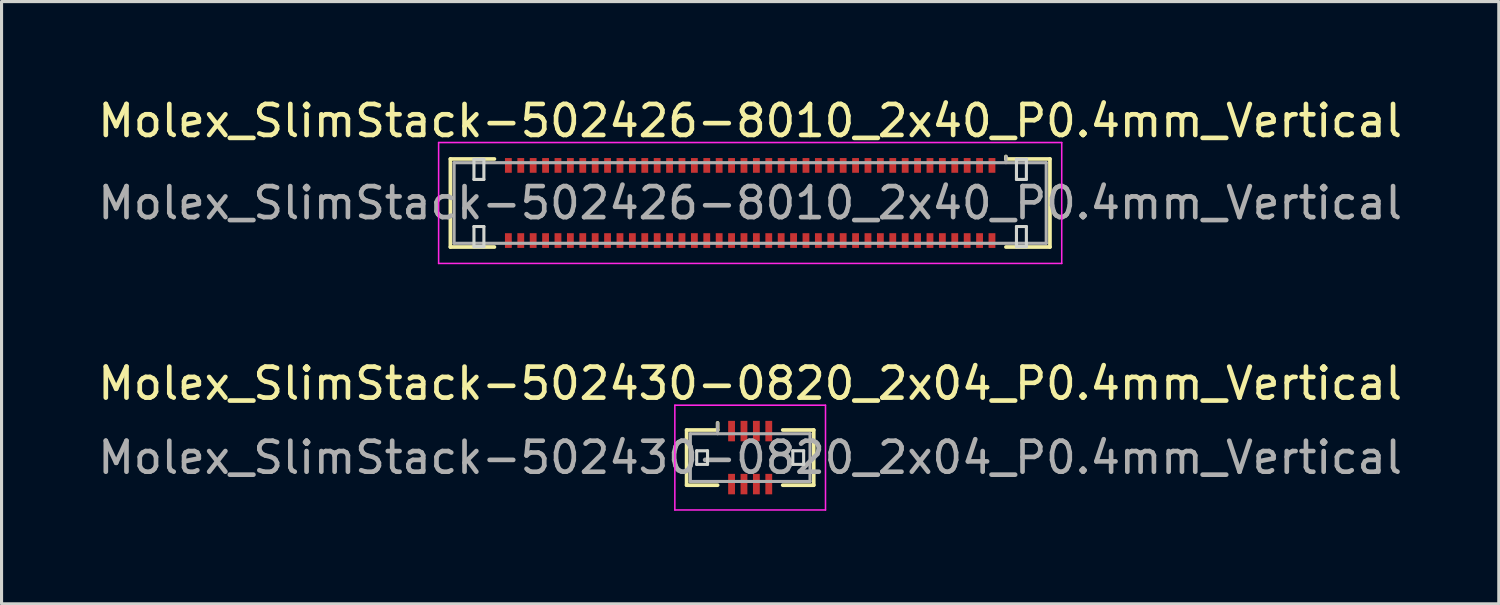
<source format=kicad_pcb>
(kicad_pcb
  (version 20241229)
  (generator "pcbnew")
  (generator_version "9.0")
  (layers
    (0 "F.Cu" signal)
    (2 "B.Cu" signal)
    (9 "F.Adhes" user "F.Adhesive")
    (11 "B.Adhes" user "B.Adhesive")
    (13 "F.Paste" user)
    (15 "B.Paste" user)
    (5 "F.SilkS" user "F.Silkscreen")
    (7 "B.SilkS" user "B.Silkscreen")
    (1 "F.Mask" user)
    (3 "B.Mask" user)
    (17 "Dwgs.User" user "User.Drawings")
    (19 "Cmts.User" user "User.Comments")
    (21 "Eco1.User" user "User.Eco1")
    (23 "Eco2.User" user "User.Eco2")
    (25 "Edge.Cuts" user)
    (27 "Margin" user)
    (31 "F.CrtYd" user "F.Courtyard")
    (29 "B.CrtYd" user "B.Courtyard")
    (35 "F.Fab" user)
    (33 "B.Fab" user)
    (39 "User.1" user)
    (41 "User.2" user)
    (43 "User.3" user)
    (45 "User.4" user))
  (footprint "Molex_SlimStack-502426-8010_2x40_P0.4mm_Vertical"
    (layer "F.Cu")
    (at 21.149 3.498)
    (property "Reference" "Molex_SlimStack-502426-8010_2x40_P0.4mm_Vertical" (at 0 -2.65 0) (layer "F.SilkS") (effects (font (size 1 1) (thickness 0.15))))
    (attr smd)
    (fp_line (start -9.67 -1.42) (end -8.25 -1.42) (stroke (width 0.12) (type solid)) (layer "F.SilkS"))
    (fp_line (start -9.67 1.42) (end -9.67 -1.42) (stroke (width 0.12) (type solid)) (layer "F.SilkS"))
    (fp_line (start -8.25 1.42) (end -9.67 1.42) (stroke (width 0.12) (type solid)) (layer "F.SilkS"))
    (fp_line (start 8.25 -1.42) (end 8.25 -1.5) (stroke (width 0.12) (type solid)) (layer "F.SilkS"))
    (fp_line (start 8.25 1.42) (end 9.67 1.42) (stroke (width 0.12) (type solid)) (layer "F.SilkS"))
    (fp_line (start 9.67 -1.42) (end 8.25 -1.42) (stroke (width 0.12) (type solid)) (layer "F.SilkS"))
    (fp_line (start 9.67 1.42) (end 9.67 -1.42) (stroke (width 0.12) (type solid)) (layer "F.SilkS"))
    (fp_line (start -8.91 -1.41) (end -8.91 -0.76) (stroke (width 0.1) (type solid)) (layer "Edge.Cuts"))
    (fp_line (start -8.91 -0.76) (end -8.59 -0.76) (stroke (width 0.1) (type solid)) (layer "Edge.Cuts"))
    (fp_line (start -8.91 0.76) (end -8.91 1.41) (stroke (width 0.1) (type solid)) (layer "Edge.Cuts"))
    (fp_line (start -8.91 1.41) (end -8.59 1.41) (stroke (width 0.1) (type solid)) (layer "Edge.Cuts"))
    (fp_line (start -8.59 -1.41) (end -8.91 -1.41) (stroke (width 0.1) (type solid)) (layer "Edge.Cuts"))
    (fp_line (start -8.59 -0.76) (end -8.59 -1.41) (stroke (width 0.1) (type solid)) (layer "Edge.Cuts"))
    (fp_line (start -8.59 0.76) (end -8.91 0.76) (stroke (width 0.1) (type solid)) (layer "Edge.Cuts"))
    (fp_line (start -8.59 1.41) (end -8.59 0.76) (stroke (width 0.1) (type solid)) (layer "Edge.Cuts"))
    (fp_line (start 8.59 -1.41) (end 8.59 -0.76) (stroke (width 0.1) (type solid)) (layer "Edge.Cuts"))
    (fp_line (start 8.59 -0.76) (end 8.91 -0.76) (stroke (width 0.1) (type solid)) (layer "Edge.Cuts"))
    (fp_line (start 8.59 0.76) (end 8.59 1.41) (stroke (width 0.1) (type solid)) (layer "Edge.Cuts"))
    (fp_line (start 8.59 1.41) (end 8.91 1.41) (stroke (width 0.1) (type solid)) (layer "Edge.Cuts"))
    (fp_line (start 8.91 -1.41) (end 8.59 -1.41) (stroke (width 0.1) (type solid)) (layer "Edge.Cuts"))
    (fp_line (start 8.91 -0.76) (end 8.91 -1.41) (stroke (width 0.1) (type solid)) (layer "Edge.Cuts"))
    (fp_line (start 8.91 0.76) (end 8.59 0.76) (stroke (width 0.1) (type solid)) (layer "Edge.Cuts"))
    (fp_line (start 8.91 1.41) (end 8.91 0.76) (stroke (width 0.1) (type solid)) (layer "Edge.Cuts"))
    (fp_line (start -10.05 -1.95) (end -10.05 1.95) (stroke (width 0.05) (type solid)) (layer "F.CrtYd"))
    (fp_line (start -10.05 1.95) (end 10.05 1.95) (stroke (width 0.05) (type solid)) (layer "F.CrtYd"))
    (fp_line (start 10.05 -1.95) (end -10.05 -1.95) (stroke (width 0.05) (type solid)) (layer "F.CrtYd"))
    (fp_line (start 10.05 1.95) (end 10.05 -1.95) (stroke (width 0.05) (type solid)) (layer "F.CrtYd"))
    (fp_line (start -9.55 -1.3) (end -9.55 1.3) (stroke (width 0.1) (type solid)) (layer "F.Fab"))
    (fp_line (start -9.55 1.3) (end 9.55 1.3) (stroke (width 0.1) (type solid)) (layer "F.Fab"))
    (fp_line (start 8.25 -1.3) (end 8.25 -1.5) (stroke (width 0.1) (type solid)) (layer "F.Fab"))
    (fp_line (start 9.55 -1.3) (end -9.55 -1.3) (stroke (width 0.1) (type solid)) (layer "F.Fab"))
    (fp_line (start 9.55 1.3) (end 9.55 -1.3) (stroke (width 0.1) (type solid)) (layer "F.Fab"))
    (fp_text user "${REFERENCE}" (at 0 0 0) (layer "F.Fab") (effects (font (size 1 1) (thickness 0.15))))
    (pad "1" smd rect (at 7.8 -1.212) (size 0.22 0.475) (layers "F.Cu" "F.Mask" "F.Paste"))
    (pad "2" smd rect (at 7.8 1.212) (size 0.22 0.475) (layers "F.Cu" "F.Mask" "F.Paste"))
    (pad "3" smd rect (at 7.4 -1.212) (size 0.22 0.475) (layers "F.Cu" "F.Mask" "F.Paste"))
    (pad "4" smd rect (at 7.4 1.212) (size 0.22 0.475) (layers "F.Cu" "F.Mask" "F.Paste"))
    (pad "5" smd rect (at 7 -1.212) (size 0.22 0.475) (layers "F.Cu" "F.Mask" "F.Paste"))
    (pad "6" smd rect (at 7 1.212) (size 0.22 0.475) (layers "F.Cu" "F.Mask" "F.Paste"))
    (pad "7" smd rect (at 6.6 -1.212) (size 0.22 0.475) (layers "F.Cu" "F.Mask" "F.Paste"))
    (pad "8" smd rect (at 6.6 1.212) (size 0.22 0.475) (layers "F.Cu" "F.Mask" "F.Paste"))
    (pad "9" smd rect (at 6.2 -1.212) (size 0.22 0.475) (layers "F.Cu" "F.Mask" "F.Paste"))
    (pad "10" smd rect (at 6.2 1.212) (size 0.22 0.475) (layers "F.Cu" "F.Mask" "F.Paste"))
    (pad "11" smd rect (at 5.8 -1.212) (size 0.22 0.475) (layers "F.Cu" "F.Mask" "F.Paste"))
    (pad "12" smd rect (at 5.8 1.212) (size 0.22 0.475) (layers "F.Cu" "F.Mask" "F.Paste"))
    (pad "13" smd rect (at 5.4 -1.212) (size 0.22 0.475) (layers "F.Cu" "F.Mask" "F.Paste"))
    (pad "14" smd rect (at 5.4 1.212) (size 0.22 0.475) (layers "F.Cu" "F.Mask" "F.Paste"))
    (pad "15" smd rect (at 5 -1.212) (size 0.22 0.475) (layers "F.Cu" "F.Mask" "F.Paste"))
    (pad "16" smd rect (at 5 1.212) (size 0.22 0.475) (layers "F.Cu" "F.Mask" "F.Paste"))
    (pad "17" smd rect (at 4.6 -1.212) (size 0.22 0.475) (layers "F.Cu" "F.Mask" "F.Paste"))
    (pad "18" smd rect (at 4.6 1.212) (size 0.22 0.475) (layers "F.Cu" "F.Mask" "F.Paste"))
    (pad "19" smd rect (at 4.2 -1.212) (size 0.22 0.475) (layers "F.Cu" "F.Mask" "F.Paste"))
    (pad "20" smd rect (at 4.2 1.212) (size 0.22 0.475) (layers "F.Cu" "F.Mask" "F.Paste"))
    (pad "21" smd rect (at 3.8 -1.212) (size 0.22 0.475) (layers "F.Cu" "F.Mask" "F.Paste"))
    (pad "22" smd rect (at 3.8 1.212) (size 0.22 0.475) (layers "F.Cu" "F.Mask" "F.Paste"))
    (pad "23" smd rect (at 3.4 -1.212) (size 0.22 0.475) (layers "F.Cu" "F.Mask" "F.Paste"))
    (pad "24" smd rect (at 3.4 1.212) (size 0.22 0.475) (layers "F.Cu" "F.Mask" "F.Paste"))
    (pad "25" smd rect (at 3 -1.212) (size 0.22 0.475) (layers "F.Cu" "F.Mask" "F.Paste"))
    (pad "26" smd rect (at 3 1.212) (size 0.22 0.475) (layers "F.Cu" "F.Mask" "F.Paste"))
    (pad "27" smd rect (at 2.6 -1.212) (size 0.22 0.475) (layers "F.Cu" "F.Mask" "F.Paste"))
    (pad "28" smd rect (at 2.6 1.212) (size 0.22 0.475) (layers "F.Cu" "F.Mask" "F.Paste"))
    (pad "29" smd rect (at 2.2 -1.212) (size 0.22 0.475) (layers "F.Cu" "F.Mask" "F.Paste"))
    (pad "30" smd rect (at 2.2 1.212) (size 0.22 0.475) (layers "F.Cu" "F.Mask" "F.Paste"))
    (pad "31" smd rect (at 1.8 -1.212) (size 0.22 0.475) (layers "F.Cu" "F.Mask" "F.Paste"))
    (pad "32" smd rect (at 1.8 1.212) (size 0.22 0.475) (layers "F.Cu" "F.Mask" "F.Paste"))
    (pad "33" smd rect (at 1.4 -1.212) (size 0.22 0.475) (layers "F.Cu" "F.Mask" "F.Paste"))
    (pad "34" smd rect (at 1.4 1.212) (size 0.22 0.475) (layers "F.Cu" "F.Mask" "F.Paste"))
    (pad "35" smd rect (at 1 -1.212) (size 0.22 0.475) (layers "F.Cu" "F.Mask" "F.Paste"))
    (pad "36" smd rect (at 1 1.212) (size 0.22 0.475) (layers "F.Cu" "F.Mask" "F.Paste"))
    (pad "37" smd rect (at 0.6 -1.212) (size 0.22 0.475) (layers "F.Cu" "F.Mask" "F.Paste"))
    (pad "38" smd rect (at 0.6 1.212) (size 0.22 0.475) (layers "F.Cu" "F.Mask" "F.Paste"))
    (pad "39" smd rect (at 0.2 -1.212) (size 0.22 0.475) (layers "F.Cu" "F.Mask" "F.Paste"))
    (pad "40" smd rect (at 0.2 1.212) (size 0.22 0.475) (layers "F.Cu" "F.Mask" "F.Paste"))
    (pad "41" smd rect (at -0.2 -1.212) (size 0.22 0.475) (layers "F.Cu" "F.Mask" "F.Paste"))
    (pad "42" smd rect (at -0.2 1.212) (size 0.22 0.475) (layers "F.Cu" "F.Mask" "F.Paste"))
    (pad "43" smd rect (at -0.6 -1.212) (size 0.22 0.475) (layers "F.Cu" "F.Mask" "F.Paste"))
    (pad "44" smd rect (at -0.6 1.212) (size 0.22 0.475) (layers "F.Cu" "F.Mask" "F.Paste"))
    (pad "45" smd rect (at -1 -1.212) (size 0.22 0.475) (layers "F.Cu" "F.Mask" "F.Paste"))
    (pad "46" smd rect (at -1 1.212) (size 0.22 0.475) (layers "F.Cu" "F.Mask" "F.Paste"))
    (pad "47" smd rect (at -1.4 -1.212) (size 0.22 0.475) (layers "F.Cu" "F.Mask" "F.Paste"))
    (pad "48" smd rect (at -1.4 1.212) (size 0.22 0.475) (layers "F.Cu" "F.Mask" "F.Paste"))
    (pad "49" smd rect (at -1.8 -1.212) (size 0.22 0.475) (layers "F.Cu" "F.Mask" "F.Paste"))
    (pad "50" smd rect (at -1.8 1.212) (size 0.22 0.475) (layers "F.Cu" "F.Mask" "F.Paste"))
    (pad "51" smd rect (at -2.2 -1.212) (size 0.22 0.475) (layers "F.Cu" "F.Mask" "F.Paste"))
    (pad "52" smd rect (at -2.2 1.212) (size 0.22 0.475) (layers "F.Cu" "F.Mask" "F.Paste"))
    (pad "53" smd rect (at -2.6 -1.212) (size 0.22 0.475) (layers "F.Cu" "F.Mask" "F.Paste"))
    (pad "54" smd rect (at -2.6 1.212) (size 0.22 0.475) (layers "F.Cu" "F.Mask" "F.Paste"))
    (pad "55" smd rect (at -3 -1.212) (size 0.22 0.475) (layers "F.Cu" "F.Mask" "F.Paste"))
    (pad "56" smd rect (at -3 1.212) (size 0.22 0.475) (layers "F.Cu" "F.Mask" "F.Paste"))
    (pad "57" smd rect (at -3.4 -1.212) (size 0.22 0.475) (layers "F.Cu" "F.Mask" "F.Paste"))
    (pad "58" smd rect (at -3.4 1.212) (size 0.22 0.475) (layers "F.Cu" "F.Mask" "F.Paste"))
    (pad "59" smd rect (at -3.8 -1.212) (size 0.22 0.475) (layers "F.Cu" "F.Mask" "F.Paste"))
    (pad "60" smd rect (at -3.8 1.212) (size 0.22 0.475) (layers "F.Cu" "F.Mask" "F.Paste"))
    (pad "61" smd rect (at -4.2 -1.212) (size 0.22 0.475) (layers "F.Cu" "F.Mask" "F.Paste"))
    (pad "62" smd rect (at -4.2 1.212) (size 0.22 0.475) (layers "F.Cu" "F.Mask" "F.Paste"))
    (pad "63" smd rect (at -4.6 -1.212) (size 0.22 0.475) (layers "F.Cu" "F.Mask" "F.Paste"))
    (pad "64" smd rect (at -4.6 1.212) (size 0.22 0.475) (layers "F.Cu" "F.Mask" "F.Paste"))
    (pad "65" smd rect (at -5 -1.212) (size 0.22 0.475) (layers "F.Cu" "F.Mask" "F.Paste"))
    (pad "66" smd rect (at -5 1.212) (size 0.22 0.475) (layers "F.Cu" "F.Mask" "F.Paste"))
    (pad "67" smd rect (at -5.4 -1.212) (size 0.22 0.475) (layers "F.Cu" "F.Mask" "F.Paste"))
    (pad "68" smd rect (at -5.4 1.212) (size 0.22 0.475) (layers "F.Cu" "F.Mask" "F.Paste"))
    (pad "69" smd rect (at -5.8 -1.212) (size 0.22 0.475) (layers "F.Cu" "F.Mask" "F.Paste"))
    (pad "70" smd rect (at -5.8 1.212) (size 0.22 0.475) (layers "F.Cu" "F.Mask" "F.Paste"))
    (pad "71" smd rect (at -6.2 -1.212) (size 0.22 0.475) (layers "F.Cu" "F.Mask" "F.Paste"))
    (pad "72" smd rect (at -6.2 1.212) (size 0.22 0.475) (layers "F.Cu" "F.Mask" "F.Paste"))
    (pad "73" smd rect (at -6.6 -1.212) (size 0.22 0.475) (layers "F.Cu" "F.Mask" "F.Paste"))
    (pad "74" smd rect (at -6.6 1.212) (size 0.22 0.475) (layers "F.Cu" "F.Mask" "F.Paste"))
    (pad "75" smd rect (at -7 -1.212) (size 0.22 0.475) (layers "F.Cu" "F.Mask" "F.Paste"))
    (pad "76" smd rect (at -7 1.212) (size 0.22 0.475) (layers "F.Cu" "F.Mask" "F.Paste"))
    (pad "77" smd rect (at -7.4 -1.212) (size 0.22 0.475) (layers "F.Cu" "F.Mask" "F.Paste"))
    (pad "78" smd rect (at -7.4 1.212) (size 0.22 0.475) (layers "F.Cu" "F.Mask" "F.Paste"))
    (pad "79" smd rect (at -7.8 -1.212) (size 0.22 0.475) (layers "F.Cu" "F.Mask" "F.Paste"))
    (pad "80" smd rect (at -7.8 1.212) (size 0.22 0.475) (layers "F.Cu" "F.Mask" "F.Paste")))
  (footprint "Molex_SlimStack-502430-0820_2x04_P0.4mm_Vertical"
    (layer "F.Cu")
    (at 21.149 11.711)
    (property "Reference" "Molex_SlimStack-502430-0820_2x04_P0.4mm_Vertical" (at 0 -2.39 0) (layer "F.SilkS") (effects (font (size 1 1) (thickness 0.15))))
    (attr smd)
    (fp_line (start -2.05 -0.89) (end -1.05 -0.89) (stroke (width 0.12) (type solid)) (layer "F.SilkS"))
    (fp_line (start -2.05 0.89) (end -2.05 -0.89) (stroke (width 0.12) (type solid)) (layer "F.SilkS"))
    (fp_line (start -1.05 -0.89) (end -1.05 -1.12) (stroke (width 0.12) (type solid)) (layer "F.SilkS"))
    (fp_line (start -1.05 0.89) (end -2.05 0.89) (stroke (width 0.12) (type solid)) (layer "F.SilkS"))
    (fp_line (start 1.05 0.89) (end 2.05 0.89) (stroke (width 0.12) (type solid)) (layer "F.SilkS"))
    (fp_line (start 2.05 -0.89) (end 1.05 -0.89) (stroke (width 0.12) (type solid)) (layer "F.SilkS"))
    (fp_line (start 2.05 0.89) (end 2.05 -0.89) (stroke (width 0.12) (type solid)) (layer "F.SilkS"))
    (fp_line (start -1.725 -0.22) (end -1.725 0.22) (stroke (width 0.1) (type solid)) (layer "Edge.Cuts"))
    (fp_line (start -1.725 0.22) (end -1.375 0.22) (stroke (width 0.1) (type solid)) (layer "Edge.Cuts"))
    (fp_line (start -1.375 -0.22) (end -1.725 -0.22) (stroke (width 0.1) (type solid)) (layer "Edge.Cuts"))
    (fp_line (start -1.375 0.22) (end -1.375 -0.22) (stroke (width 0.1) (type solid)) (layer "Edge.Cuts"))
    (fp_line (start 1.375 -0.22) (end 1.375 0.22) (stroke (width 0.1) (type solid)) (layer "Edge.Cuts"))
    (fp_line (start 1.375 0.22) (end 1.725 0.22) (stroke (width 0.1) (type solid)) (layer "Edge.Cuts"))
    (fp_line (start 1.725 -0.22) (end 1.375 -0.22) (stroke (width 0.1) (type solid)) (layer "Edge.Cuts"))
    (fp_line (start 1.725 0.22) (end 1.725 -0.22) (stroke (width 0.1) (type solid)) (layer "Edge.Cuts"))
    (fp_line (start -2.43 -1.69) (end -2.43 1.69) (stroke (width 0.05) (type solid)) (layer "F.CrtYd"))
    (fp_line (start -2.43 1.69) (end 2.43 1.69) (stroke (width 0.05) (type solid)) (layer "F.CrtYd"))
    (fp_line (start 2.43 -1.69) (end -2.43 -1.69) (stroke (width 0.05) (type solid)) (layer "F.CrtYd"))
    (fp_line (start 2.43 1.69) (end 2.43 -1.69) (stroke (width 0.05) (type solid)) (layer "F.CrtYd"))
    (fp_line (start -1.93 -0.77) (end -1.93 0.77) (stroke (width 0.1) (type solid)) (layer "F.Fab"))
    (fp_line (start -1.93 0.77) (end 1.93 0.77) (stroke (width 0.1) (type solid)) (layer "F.Fab"))
    (fp_line (start -1.05 -0.77) (end -1.05 -1.12) (stroke (width 0.1) (type solid)) (layer "F.Fab"))
    (fp_line (start 1.93 -0.77) (end -1.93 -0.77) (stroke (width 0.1) (type solid)) (layer "F.Fab"))
    (fp_line (start 1.93 0.77) (end 1.93 -0.77) (stroke (width 0.1) (type solid)) (layer "F.Fab"))
    (fp_text user "${REFERENCE}" (at 0 0 0) (layer "F.Fab") (effects (font (size 1 1) (thickness 0.15))))
    (pad "1" smd rect (at -0.6 -0.855) (size 0.22 0.66) (layers "F.Cu" "F.Mask" "F.Paste"))
    (pad "2" smd rect (at -0.6 0.855) (size 0.22 0.66) (layers "F.Cu" "F.Mask" "F.Paste"))
    (pad "3" smd rect (at -0.2 -0.855) (size 0.22 0.66) (layers "F.Cu" "F.Mask" "F.Paste"))
    (pad "4" smd rect (at -0.2 0.855) (size 0.22 0.66) (layers "F.Cu" "F.Mask" "F.Paste"))
    (pad "5" smd rect (at 0.2 -0.855) (size 0.22 0.66) (layers "F.Cu" "F.Mask" "F.Paste"))
    (pad "6" smd rect (at 0.2 0.855) (size 0.22 0.66) (layers "F.Cu" "F.Mask" "F.Paste"))
    (pad "7" smd rect (at 0.6 -0.855) (size 0.22 0.66) (layers "F.Cu" "F.Mask" "F.Paste"))
    (pad "8" smd rect (at 0.6 0.855) (size 0.22 0.66) (layers "F.Cu" "F.Mask" "F.Paste")))
  (gr_rect
    (start -3 -3)
    (end 45.298 16.427)
    (stroke (width 0.1) (type default))
    (fill no)
    (layer "Edge.Cuts")))
</source>
